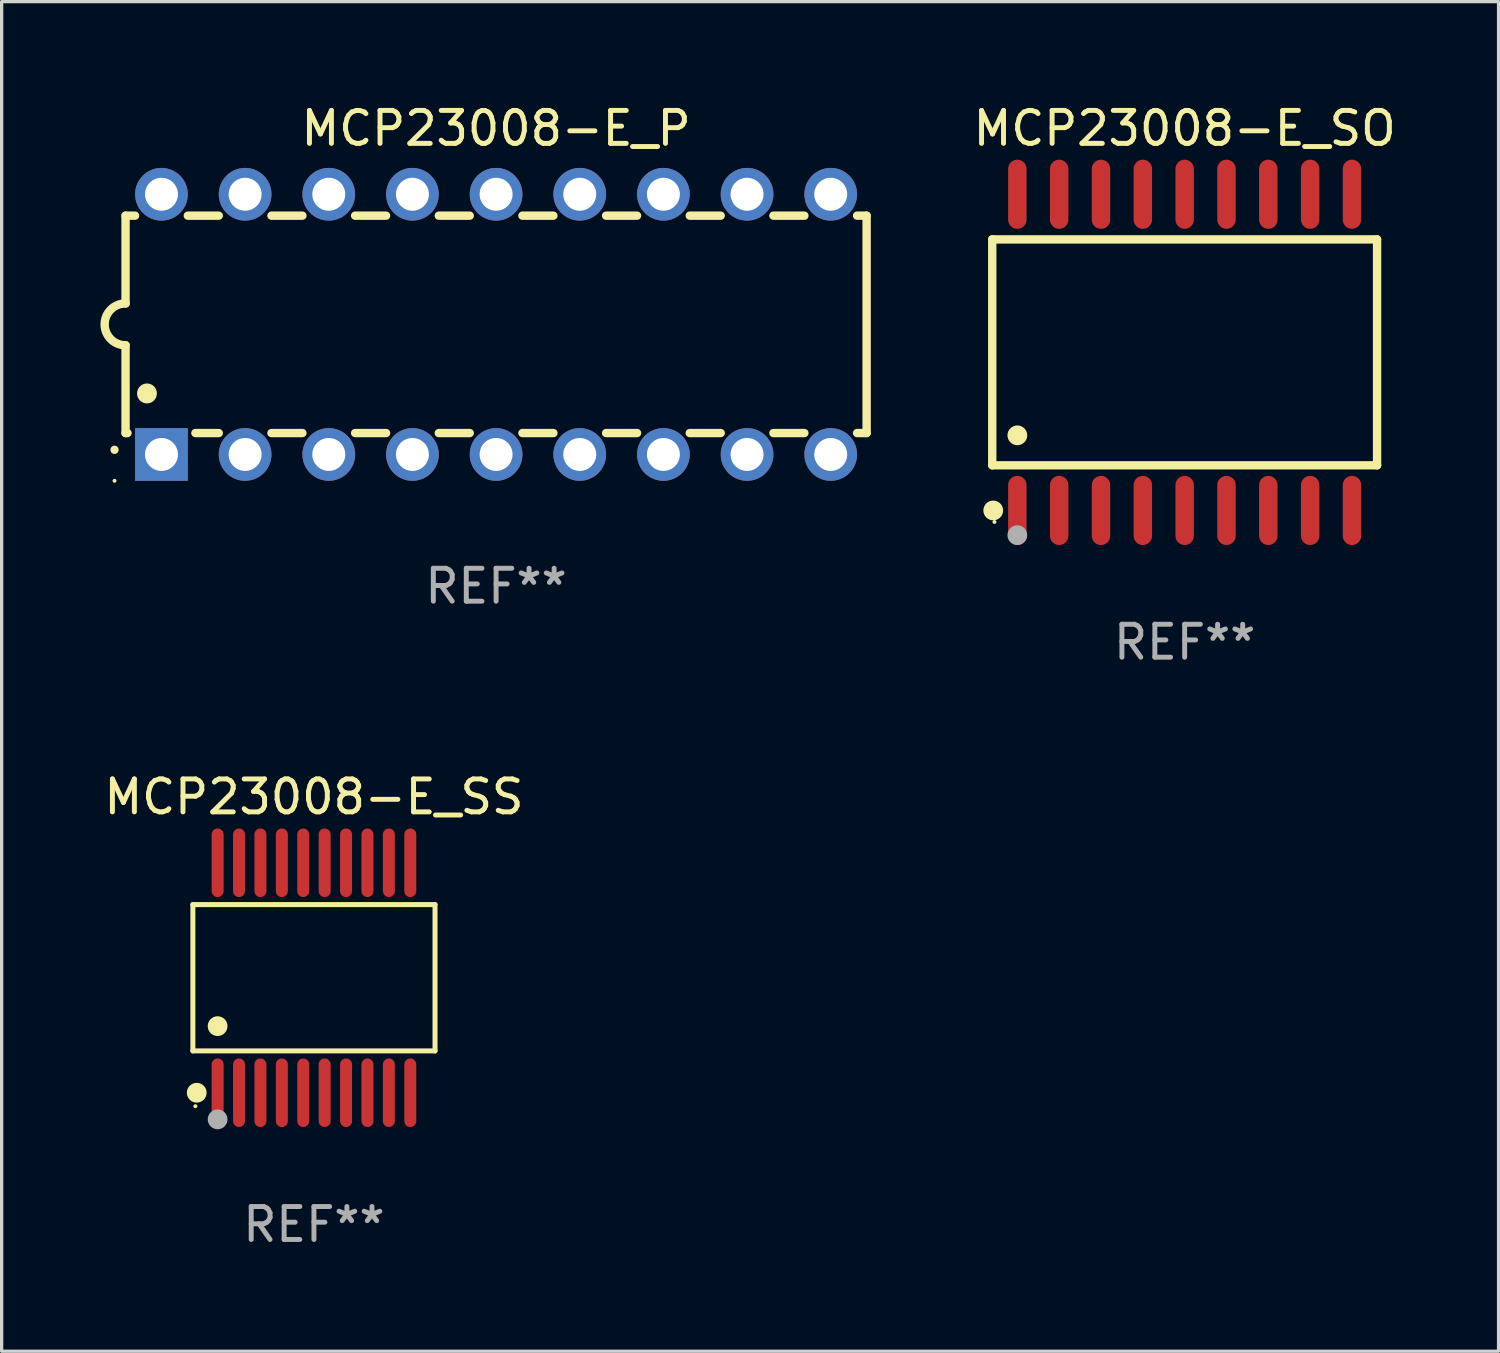
<source format=kicad_pcb>
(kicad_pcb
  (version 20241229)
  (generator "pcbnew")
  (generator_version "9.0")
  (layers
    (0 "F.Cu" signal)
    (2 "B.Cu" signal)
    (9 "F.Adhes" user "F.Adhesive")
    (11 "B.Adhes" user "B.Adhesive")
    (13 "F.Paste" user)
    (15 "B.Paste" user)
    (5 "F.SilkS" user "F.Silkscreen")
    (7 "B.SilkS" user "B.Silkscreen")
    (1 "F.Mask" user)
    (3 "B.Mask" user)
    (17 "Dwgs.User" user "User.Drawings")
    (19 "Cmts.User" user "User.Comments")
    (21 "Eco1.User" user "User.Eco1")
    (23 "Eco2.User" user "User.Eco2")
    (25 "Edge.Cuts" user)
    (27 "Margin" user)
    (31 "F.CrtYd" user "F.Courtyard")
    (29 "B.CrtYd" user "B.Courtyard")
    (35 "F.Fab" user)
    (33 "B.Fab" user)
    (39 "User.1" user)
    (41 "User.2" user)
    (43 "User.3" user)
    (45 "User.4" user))
  (footprint "MCP23008-E_SO"
    (layer "F.Cu")
    (at 32.918 7.648)
    (property "Reference" "MCP23008-E_SO" (at 0 -6.8 0) (layer "F.SilkS") (effects (font (size 1 1) (thickness 0.15))))
    (attr through_hole)
    (fp_line (start -5.842 -3.429) (end -5.842 3.429) (stroke (width 0.254) (type solid)) (layer "F.SilkS"))
    (fp_line (start -5.842 3.429) (end 5.842 3.429) (stroke (width 0.254) (type solid)) (layer "F.SilkS"))
    (fp_line (start 5.842 -3.429) (end -5.842 -3.429) (stroke (width 0.254) (type solid)) (layer "F.SilkS"))
    (fp_line (start 5.842 3.429) (end 5.842 -3.429) (stroke (width 0.254) (type solid)) (layer "F.SilkS"))
    (fp_circle (center -5.812 4.8) (end -5.662 4.8) (stroke (width 0.3) (type solid)) (fill no) (layer "F.SilkS"))
    (fp_circle (center -5.775 5.15) (end -5.745 5.15) (stroke (width 0.06) (type solid)) (fill no) (layer "F.SilkS"))
    (fp_circle (center -5.08 2.519) (end -4.93 2.519) (stroke (width 0.3) (type solid)) (fill no) (layer "F.SilkS"))
    (fp_circle (center -5.08 5.55) (end -4.93 5.55) (stroke (width 0.3) (type solid)) (fill no) (layer "F.Fab"))
    (fp_text user "REF**" (at 0 8.8 0) (layer "F.Fab") (effects (font (size 1 1) (thickness 0.15))))
    (pad "1" smd oval (at -5.08 4.8) (size 0.56 2.1) (layers "F.Cu" "F.Mask" "F.Paste"))
    (pad "2" smd oval (at -3.81 4.8) (size 0.56 2.1) (layers "F.Cu" "F.Mask" "F.Paste"))
    (pad "3" smd oval (at -2.54 4.8) (size 0.56 2.1) (layers "F.Cu" "F.Mask" "F.Paste"))
    (pad "4" smd oval (at -1.27 4.8) (size 0.56 2.1) (layers "F.Cu" "F.Mask" "F.Paste"))
    (pad "5" smd oval (at 0 4.8) (size 0.56 2.1) (layers "F.Cu" "F.Mask" "F.Paste"))
    (pad "6" smd oval (at 1.27 4.8) (size 0.56 2.1) (layers "F.Cu" "F.Mask" "F.Paste"))
    (pad "7" smd oval (at 2.54 4.8) (size 0.56 2.1) (layers "F.Cu" "F.Mask" "F.Paste"))
    (pad "8" smd oval (at 3.81 4.8) (size 0.56 2.1) (layers "F.Cu" "F.Mask" "F.Paste"))
    (pad "9" smd oval (at 5.08 4.8) (size 0.56 2.1) (layers "F.Cu" "F.Mask" "F.Paste"))
    (pad "10" smd oval (at 5.08 -4.8) (size 0.56 2.1) (layers "F.Cu" "F.Mask" "F.Paste"))
    (pad "11" smd oval (at 3.81 -4.8) (size 0.56 2.1) (layers "F.Cu" "F.Mask" "F.Paste"))
    (pad "12" smd oval (at 2.54 -4.8) (size 0.56 2.1) (layers "F.Cu" "F.Mask" "F.Paste"))
    (pad "13" smd oval (at 1.27 -4.8) (size 0.56 2.1) (layers "F.Cu" "F.Mask" "F.Paste"))
    (pad "14" smd oval (at 0 -4.8) (size 0.56 2.1) (layers "F.Cu" "F.Mask" "F.Paste"))
    (pad "15" smd oval (at -1.27 -4.8) (size 0.56 2.1) (layers "F.Cu" "F.Mask" "F.Paste"))
    (pad "16" smd oval (at -2.54 -4.8) (size 0.56 2.1) (layers "F.Cu" "F.Mask" "F.Paste"))
    (pad "17" smd oval (at -3.81 -4.8) (size 0.56 2.1) (layers "F.Cu" "F.Mask" "F.Paste"))
    (pad "18" smd oval (at -5.08 -4.8) (size 0.56 2.1) (layers "F.Cu" "F.Mask" "F.Paste")))
  (footprint "MCP23008-E_P"
    (layer "F.Cu")
    (at 12.012 6.798)
    (property "Reference" "MCP23008-E_P" (at 0 -5.95 0) (layer "F.SilkS") (effects (font (size 1 1) (thickness 0.15))))
    (attr through_hole)
    (fp_line (start -11.25 -3.3) (end -11.25 -0.635) (stroke (width 0.254) (type solid)) (layer "F.SilkS"))
    (fp_line (start -11.25 -3.3) (end -10.96 -3.3) (stroke (width 0.254) (type solid)) (layer "F.SilkS"))
    (fp_line (start -11.25 3.3) (end -11.25 0.635) (stroke (width 0.254) (type solid)) (layer "F.SilkS"))
    (fp_line (start -11.25 3.3) (end -11.191 3.3) (stroke (width 0.254) (type solid)) (layer "F.SilkS"))
    (fp_line (start -9.36 -3.3) (end -8.42 -3.3) (stroke (width 0.254) (type solid)) (layer "F.SilkS"))
    (fp_line (start -9.129 3.3) (end -8.42 3.3) (stroke (width 0.254) (type solid)) (layer "F.SilkS"))
    (fp_line (start -6.82 -3.3) (end -5.88 -3.3) (stroke (width 0.254) (type solid)) (layer "F.SilkS"))
    (fp_line (start -6.82 3.3) (end -5.88 3.3) (stroke (width 0.254) (type solid)) (layer "F.SilkS"))
    (fp_line (start -4.28 -3.3) (end -3.34 -3.3) (stroke (width 0.254) (type solid)) (layer "F.SilkS"))
    (fp_line (start -4.28 3.3) (end -3.34 3.3) (stroke (width 0.254) (type solid)) (layer "F.SilkS"))
    (fp_line (start -1.74 -3.3) (end -0.8 -3.3) (stroke (width 0.254) (type solid)) (layer "F.SilkS"))
    (fp_line (start -1.74 3.3) (end -0.8 3.3) (stroke (width 0.254) (type solid)) (layer "F.SilkS"))
    (fp_line (start 0.8 -3.3) (end 1.74 -3.3) (stroke (width 0.254) (type solid)) (layer "F.SilkS"))
    (fp_line (start 0.8 3.3) (end 1.74 3.3) (stroke (width 0.254) (type solid)) (layer "F.SilkS"))
    (fp_line (start 3.34 -3.3) (end 4.28 -3.3) (stroke (width 0.254) (type solid)) (layer "F.SilkS"))
    (fp_line (start 3.34 3.3) (end 4.28 3.3) (stroke (width 0.254) (type solid)) (layer "F.SilkS"))
    (fp_line (start 5.88 -3.3) (end 6.82 -3.3) (stroke (width 0.254) (type solid)) (layer "F.SilkS"))
    (fp_line (start 5.88 3.3) (end 6.82 3.3) (stroke (width 0.254) (type solid)) (layer "F.SilkS"))
    (fp_line (start 8.42 -3.3) (end 9.36 -3.3) (stroke (width 0.254) (type solid)) (layer "F.SilkS"))
    (fp_line (start 8.42 3.3) (end 9.36 3.3) (stroke (width 0.254) (type solid)) (layer "F.SilkS"))
    (fp_line (start 10.96 -3.3) (end 11.25 -3.3) (stroke (width 0.254) (type solid)) (layer "F.SilkS"))
    (fp_line (start 10.96 3.3) (end 11.25 3.3) (stroke (width 0.254) (type solid)) (layer "F.SilkS"))
    (fp_line (start 11.25 -3.3) (end 11.25 3.3) (stroke (width 0.254) (type solid)) (layer "F.SilkS"))
    (fp_arc (start -11.584963 3.810008) (mid -11.58497 3.808738) (end -11.584963 3.807468) (stroke (width 0.25) (type solid)) (layer "F.SilkS"))
    (fp_arc (start -11.250013 0.635001) (mid -11.884684 -0.000165) (end -11.249683 -0.635001) (stroke (width 0.254001) (type solid)) (layer "F.SilkS"))
    (fp_arc (start -10.600025 2.1) (mid -10.600036 2.09746) (end -10.600025 2.09492) (stroke (width 0.6) (type solid)) (layer "F.SilkS"))
    (fp_circle (center -11.585 4.75) (end -11.555 4.75) (stroke (width 0.06) (type solid)) (fill no) (layer "F.SilkS"))
    (fp_text user "REF**" (at 0 7.95 0) (layer "F.Fab") (effects (font (size 1 1) (thickness 0.15))))
    (pad "1" thru_hole rect (at -10.16 3.95 90) (size 1.6 1.6) (drill 1) (layers "*.Cu" "*.Mask"))
    (pad "2" thru_hole circle (at -7.62 3.95 90) (size 1.6 1.6) (drill 1) (layers "*.Cu" "*.Mask"))
    (pad "3" thru_hole circle (at -5.08 3.95 90) (size 1.6 1.6) (drill 1) (layers "*.Cu" "*.Mask"))
    (pad "4" thru_hole circle (at -2.54 3.95 90) (size 1.6 1.6) (drill 1) (layers "*.Cu" "*.Mask"))
    (pad "5" thru_hole circle (at 0 3.95 90) (size 1.6 1.6) (drill 1) (layers "*.Cu" "*.Mask"))
    (pad "6" thru_hole circle (at 2.54 3.95 90) (size 1.6 1.6) (drill 1) (layers "*.Cu" "*.Mask"))
    (pad "7" thru_hole circle (at 5.08 3.95 90) (size 1.6 1.6) (drill 1) (layers "*.Cu" "*.Mask"))
    (pad "8" thru_hole circle (at 7.62 3.95 90) (size 1.6 1.6) (drill 1) (layers "*.Cu" "*.Mask"))
    (pad "9" thru_hole circle (at 10.16 3.95 90) (size 1.6 1.6) (drill 1) (layers "*.Cu" "*.Mask"))
    (pad "10" thru_hole circle (at 10.16 -3.95 90) (size 1.6 1.6) (drill 1) (layers "*.Cu" "*.Mask"))
    (pad "11" thru_hole circle (at 7.62 -3.95 90) (size 1.6 1.6) (drill 1) (layers "*.Cu" "*.Mask"))
    (pad "12" thru_hole circle (at 5.08 -3.95 90) (size 1.6 1.6) (drill 1) (layers "*.Cu" "*.Mask"))
    (pad "13" thru_hole circle (at 2.54 -3.95 90) (size 1.6 1.6) (drill 1) (layers "*.Cu" "*.Mask"))
    (pad "14" thru_hole circle (at 0 -3.95 90) (size 1.6 1.6) (drill 1) (layers "*.Cu" "*.Mask"))
    (pad "15" thru_hole circle (at -2.54 -3.95 90) (size 1.6 1.6) (drill 1) (layers "*.Cu" "*.Mask"))
    (pad "16" thru_hole circle (at -5.08 -3.95 90) (size 1.6 1.6) (drill 1) (layers "*.Cu" "*.Mask"))
    (pad "17" thru_hole circle (at -7.62 -3.95 90) (size 1.6 1.6) (drill 1) (layers "*.Cu" "*.Mask"))
    (pad "18" thru_hole circle (at -10.16 -3.95 90) (size 1.6 1.6) (drill 1) (layers "*.Cu" "*.Mask")))
  (footprint "MCP23008-E_SS"
    (layer "F.Cu")
    (at 6.482 26.636)
    (property "Reference" "MCP23008-E_SS" (at 0 -5.491 0) (layer "F.SilkS") (effects (font (size 1 1) (thickness 0.15))))
    (attr through_hole)
    (fp_line (start -3.676 -2.221) (end 3.676 -2.221) (stroke (width 0.152) (type solid)) (layer "F.SilkS"))
    (fp_line (start -3.676 2.221) (end -3.676 -2.221) (stroke (width 0.152) (type solid)) (layer "F.SilkS"))
    (fp_line (start 3.676 -2.221) (end 3.676 2.221) (stroke (width 0.152) (type solid)) (layer "F.SilkS"))
    (fp_line (start 3.676 2.221) (end -3.676 2.221) (stroke (width 0.152) (type solid)) (layer "F.SilkS"))
    (fp_circle (center -3.6 3.9) (end -3.57 3.9) (stroke (width 0.06) (type solid)) (fill no) (layer "F.SilkS"))
    (fp_circle (center -3.559 3.491) (end -3.409 3.491) (stroke (width 0.3) (type solid)) (fill no) (layer "F.SilkS"))
    (fp_circle (center -2.925 1.469) (end -2.775 1.469) (stroke (width 0.3) (type solid)) (fill no) (layer "F.SilkS"))
    (fp_circle (center -2.925 4.3) (end -2.775 4.3) (stroke (width 0.3) (type solid)) (fill no) (layer "F.Fab"))
    (fp_text user "REF**" (at 0 7.491 0) (layer "F.Fab") (effects (font (size 1 1) (thickness 0.15))))
    (pad "1" smd oval (at -2.925 3.491) (size 0.364 2.082) (layers "F.Cu" "F.Mask" "F.Paste"))
    (pad "2" smd oval (at -2.275 3.491) (size 0.364 2.082) (layers "F.Cu" "F.Mask" "F.Paste"))
    (pad "3" smd oval (at -1.625 3.491) (size 0.364 2.082) (layers "F.Cu" "F.Mask" "F.Paste"))
    (pad "4" smd oval (at -0.975 3.491) (size 0.364 2.082) (layers "F.Cu" "F.Mask" "F.Paste"))
    (pad "5" smd oval (at -0.325 3.491) (size 0.364 2.082) (layers "F.Cu" "F.Mask" "F.Paste"))
    (pad "6" smd oval (at 0.325 3.491) (size 0.364 2.082) (layers "F.Cu" "F.Mask" "F.Paste"))
    (pad "7" smd oval (at 0.975 3.491) (size 0.364 2.082) (layers "F.Cu" "F.Mask" "F.Paste"))
    (pad "8" smd oval (at 1.625 3.491) (size 0.364 2.082) (layers "F.Cu" "F.Mask" "F.Paste"))
    (pad "9" smd oval (at 2.275 3.491) (size 0.364 2.082) (layers "F.Cu" "F.Mask" "F.Paste"))
    (pad "10" smd oval (at 2.925 3.491) (size 0.364 2.082) (layers "F.Cu" "F.Mask" "F.Paste"))
    (pad "11" smd oval (at 2.925 -3.491) (size 0.364 2.082) (layers "F.Cu" "F.Mask" "F.Paste"))
    (pad "12" smd oval (at 2.275 -3.491) (size 0.364 2.082) (layers "F.Cu" "F.Mask" "F.Paste"))
    (pad "13" smd oval (at 1.625 -3.491) (size 0.364 2.082) (layers "F.Cu" "F.Mask" "F.Paste"))
    (pad "14" smd oval (at 0.975 -3.491) (size 0.364 2.082) (layers "F.Cu" "F.Mask" "F.Paste"))
    (pad "15" smd oval (at 0.325 -3.491) (size 0.364 2.082) (layers "F.Cu" "F.Mask" "F.Paste"))
    (pad "16" smd oval (at -0.325 -3.491) (size 0.364 2.082) (layers "F.Cu" "F.Mask" "F.Paste"))
    (pad "17" smd oval (at -0.975 -3.491) (size 0.364 2.082) (layers "F.Cu" "F.Mask" "F.Paste"))
    (pad "18" smd oval (at -1.625 -3.491) (size 0.364 2.082) (layers "F.Cu" "F.Mask" "F.Paste"))
    (pad "19" smd oval (at -2.275 -3.491) (size 0.364 2.082) (layers "F.Cu" "F.Mask" "F.Paste"))
    (pad "20" smd oval (at -2.925 -3.491) (size 0.364 2.082) (layers "F.Cu" "F.Mask" "F.Paste")))
  (gr_rect
    (start -3 -3)
    (end 42.448 37.975)
    (stroke (width 0.1) (type default))
    (fill no)
    (layer "Edge.Cuts")))
</source>
